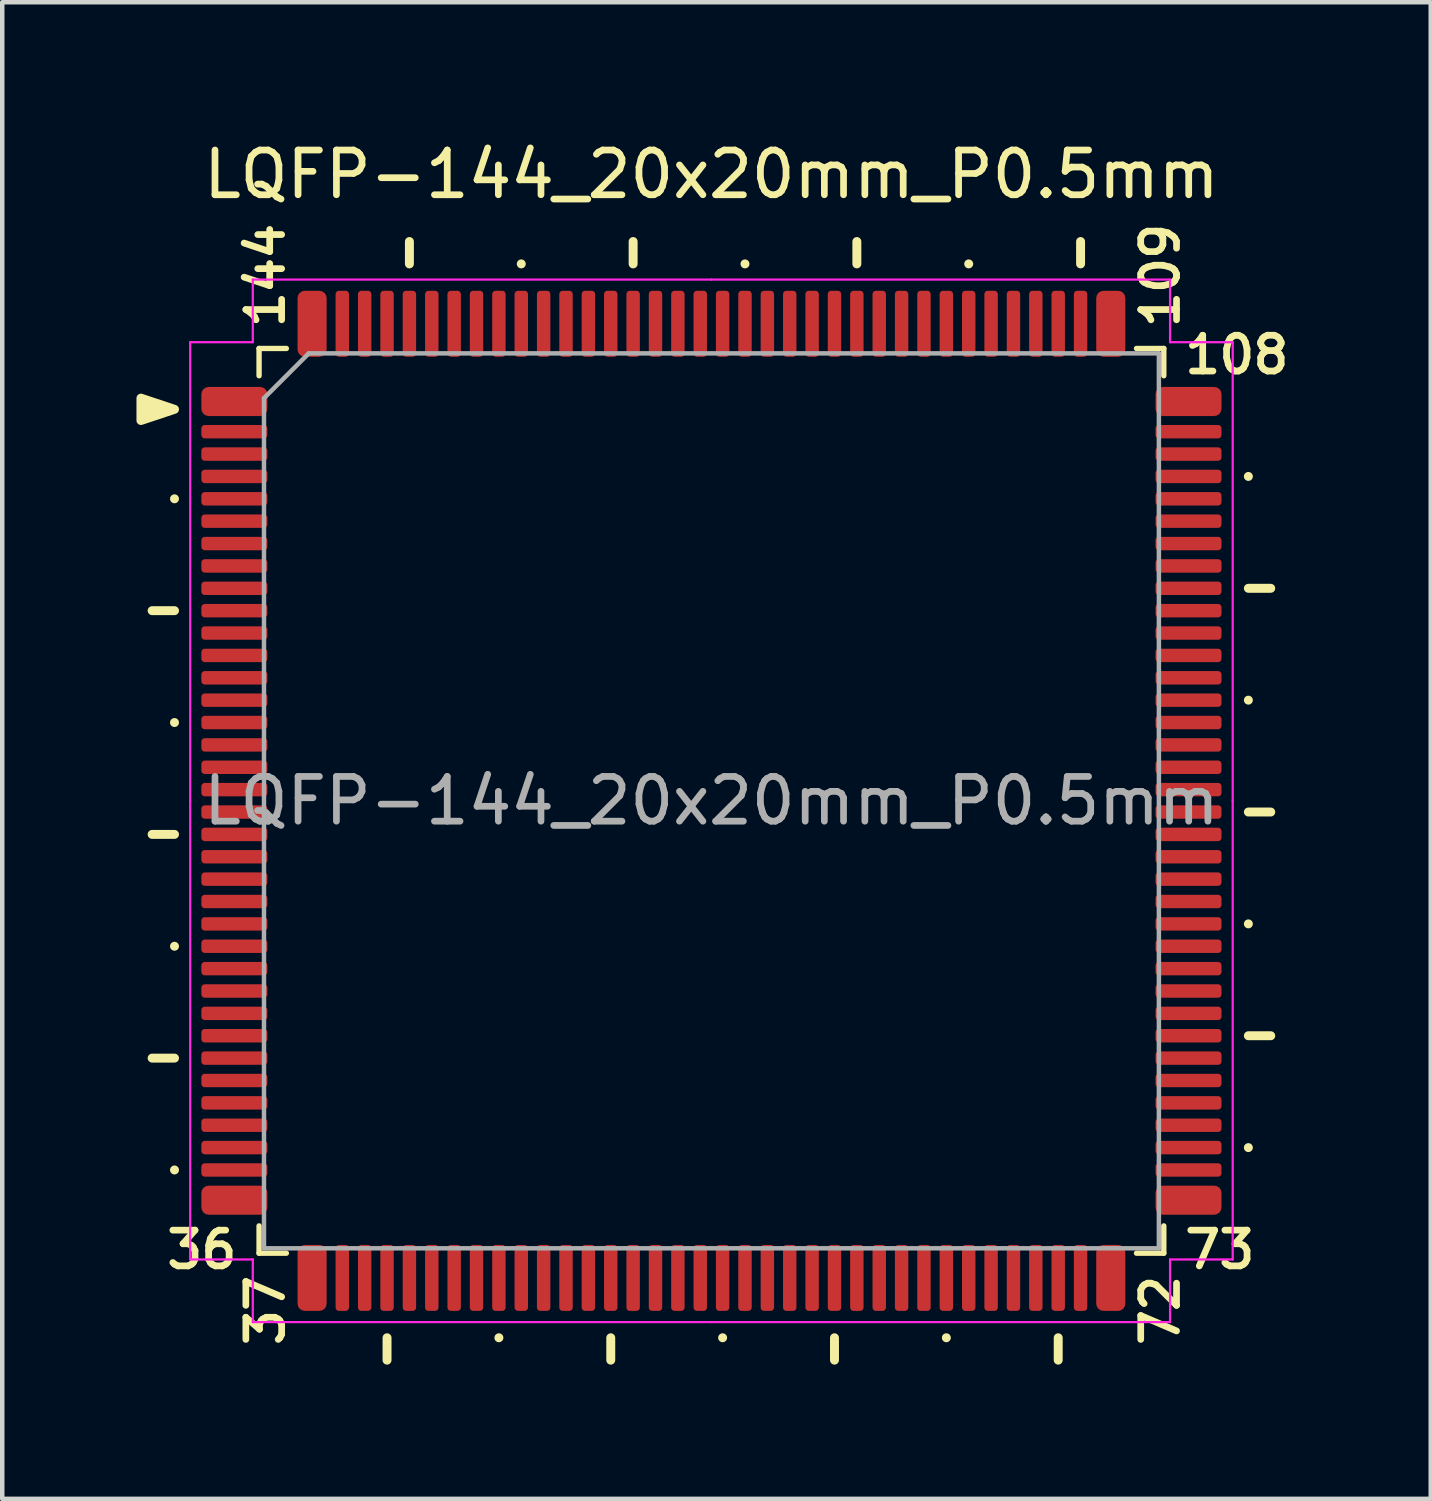
<source format=kicad_pcb>
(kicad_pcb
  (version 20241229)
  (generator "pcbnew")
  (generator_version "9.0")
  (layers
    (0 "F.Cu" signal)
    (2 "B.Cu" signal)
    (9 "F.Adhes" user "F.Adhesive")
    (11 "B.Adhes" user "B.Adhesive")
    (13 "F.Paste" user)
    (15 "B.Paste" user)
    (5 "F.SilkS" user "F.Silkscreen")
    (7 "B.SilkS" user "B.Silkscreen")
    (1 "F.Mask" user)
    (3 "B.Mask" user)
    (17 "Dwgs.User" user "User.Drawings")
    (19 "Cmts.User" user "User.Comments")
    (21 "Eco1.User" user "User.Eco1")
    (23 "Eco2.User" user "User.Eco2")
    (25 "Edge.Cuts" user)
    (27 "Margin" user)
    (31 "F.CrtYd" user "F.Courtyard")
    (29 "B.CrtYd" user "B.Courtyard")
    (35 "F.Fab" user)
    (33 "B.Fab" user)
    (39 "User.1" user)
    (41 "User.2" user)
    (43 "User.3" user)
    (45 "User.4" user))
  (footprint "LQFP-144_20x20mm_P0.5mm"
    (layer "F.Cu")
    (at 12.85 14.848)
    (property "Reference" "LQFP-144_20x20mm_P0.5mm" (at 0 -14 0) (layer "F.SilkS") (effects (font (size 1 1) (thickness 0.15))))
    (attr smd)
    (fp_line (start -12 -6.75) (end -12 -6.75) (stroke (width 0.2) (type default)) (layer "F.SilkS"))
    (fp_line (start -12 -4.25) (end -12.5 -4.25) (stroke (width 0.2) (type default)) (layer "F.SilkS"))
    (fp_line (start -12 -1.75) (end -12 -1.75) (stroke (width 0.2) (type default)) (layer "F.SilkS"))
    (fp_line (start -12 0.75) (end -12.5 0.75) (stroke (width 0.2) (type default)) (layer "F.SilkS"))
    (fp_line (start -12 3.25) (end -12 3.25) (stroke (width 0.2) (type default)) (layer "F.SilkS"))
    (fp_line (start -12 5.75) (end -12.5 5.75) (stroke (width 0.2) (type default)) (layer "F.SilkS"))
    (fp_line (start -12 8.25) (end -12 8.25) (stroke (width 0.2) (type default)) (layer "F.SilkS"))
    (fp_line (start -10.11 -10.11) (end -10.11 -9.5) (stroke (width 0.12) (type solid)) (layer "F.SilkS"))
    (fp_line (start -10.11 10.11) (end -10.11 9.5) (stroke (width 0.12) (type solid)) (layer "F.SilkS"))
    (fp_line (start -9.5 -10.11) (end -10.11 -10.11) (stroke (width 0.12) (type solid)) (layer "F.SilkS"))
    (fp_line (start -9.5 10.11) (end -10.11 10.11) (stroke (width 0.12) (type solid)) (layer "F.SilkS"))
    (fp_line (start -7.25 12) (end -7.25 12.5) (stroke (width 0.2) (type default)) (layer "F.SilkS"))
    (fp_line (start -6.75 -12) (end -6.75 -12.5) (stroke (width 0.2) (type default)) (layer "F.SilkS"))
    (fp_line (start -4.75 12) (end -4.75 12) (stroke (width 0.2) (type default)) (layer "F.SilkS"))
    (fp_line (start -4.25 -12) (end -4.25 -12) (stroke (width 0.2) (type default)) (layer "F.SilkS"))
    (fp_line (start -2.25 12) (end -2.25 12.5) (stroke (width 0.2) (type default)) (layer "F.SilkS"))
    (fp_line (start -1.75 -12) (end -1.75 -12.5) (stroke (width 0.2) (type default)) (layer "F.SilkS"))
    (fp_line (start 0.25 12) (end 0.25 12) (stroke (width 0.2) (type default)) (layer "F.SilkS"))
    (fp_line (start 0.75 -12) (end 0.75 -12) (stroke (width 0.2) (type default)) (layer "F.SilkS"))
    (fp_line (start 2.75 12) (end 2.75 12.5) (stroke (width 0.2) (type default)) (layer "F.SilkS"))
    (fp_line (start 3.25 -12) (end 3.25 -12.5) (stroke (width 0.2) (type default)) (layer "F.SilkS"))
    (fp_line (start 5.25 12) (end 5.25 12) (stroke (width 0.2) (type default)) (layer "F.SilkS"))
    (fp_line (start 5.75 -12) (end 5.75 -12) (stroke (width 0.2) (type default)) (layer "F.SilkS"))
    (fp_line (start 7.75 12) (end 7.75 12.5) (stroke (width 0.2) (type default)) (layer "F.SilkS"))
    (fp_line (start 8.25 -12) (end 8.25 -12.5) (stroke (width 0.2) (type default)) (layer "F.SilkS"))
    (fp_line (start 9.5 -10.11) (end 10.11 -10.11) (stroke (width 0.12) (type solid)) (layer "F.SilkS"))
    (fp_line (start 9.5 10.11) (end 10.11 10.11) (stroke (width 0.12) (type solid)) (layer "F.SilkS"))
    (fp_line (start 10.11 -10.11) (end 10.11 -9.5) (stroke (width 0.12) (type solid)) (layer "F.SilkS"))
    (fp_line (start 10.11 10.11) (end 10.11 9.5) (stroke (width 0.12) (type solid)) (layer "F.SilkS"))
    (fp_line (start 12 -7.25) (end 12 -7.25) (stroke (width 0.2) (type default)) (layer "F.SilkS"))
    (fp_line (start 12 -4.75) (end 12.5 -4.75) (stroke (width 0.2) (type default)) (layer "F.SilkS"))
    (fp_line (start 12 -2.25) (end 12 -2.25) (stroke (width 0.2) (type default)) (layer "F.SilkS"))
    (fp_line (start 12 0.25) (end 12.5 0.25) (stroke (width 0.2) (type default)) (layer "F.SilkS"))
    (fp_line (start 12 2.75) (end 12 2.75) (stroke (width 0.2) (type default)) (layer "F.SilkS"))
    (fp_line (start 12 5.25) (end 12.5 5.25) (stroke (width 0.2) (type default)) (layer "F.SilkS"))
    (fp_line (start 12 7.75) (end 12 7.75) (stroke (width 0.2) (type default)) (layer "F.SilkS"))
    (fp_poly (pts (xy -12 -8.75) (xy -12.75 -9) (xy -12.75 -8.5)) (stroke (width 0.2) (type solid)) (fill yes) (layer "F.SilkS"))
    (fp_line (start -11.65 -10.25) (end -11.65 0) (stroke (width 0.05) (type solid)) (layer "F.CrtYd"))
    (fp_line (start -11.65 10.25) (end -11.65 0) (stroke (width 0.05) (type solid)) (layer "F.CrtYd"))
    (fp_line (start -10.25 -11.65) (end -10.25 -10.25) (stroke (width 0.05) (type solid)) (layer "F.CrtYd"))
    (fp_line (start -10.25 -10.25) (end -11.65 -10.25) (stroke (width 0.05) (type solid)) (layer "F.CrtYd"))
    (fp_line (start -10.25 10.25) (end -11.65 10.25) (stroke (width 0.05) (type solid)) (layer "F.CrtYd"))
    (fp_line (start -10.25 10.25) (end -10.25 10.25) (stroke (width 0.05) (type solid)) (layer "F.CrtYd"))
    (fp_line (start -10.25 11.65) (end -10.25 10.25) (stroke (width 0.05) (type solid)) (layer "F.CrtYd"))
    (fp_line (start 0 -11.65) (end -10.25 -11.65) (stroke (width 0.05) (type solid)) (layer "F.CrtYd"))
    (fp_line (start 0 -11.65) (end 10.25 -11.65) (stroke (width 0.05) (type solid)) (layer "F.CrtYd"))
    (fp_line (start 0 11.65) (end -10.25 11.65) (stroke (width 0.05) (type solid)) (layer "F.CrtYd"))
    (fp_line (start 0 11.65) (end 10.25 11.65) (stroke (width 0.05) (type solid)) (layer "F.CrtYd"))
    (fp_line (start 10.25 -11.65) (end 10.25 -10.25) (stroke (width 0.05) (type solid)) (layer "F.CrtYd"))
    (fp_line (start 10.25 -10.25) (end 11.65 -10.25) (stroke (width 0.05) (type solid)) (layer "F.CrtYd"))
    (fp_line (start 10.25 10.25) (end 11.65 10.25) (stroke (width 0.05) (type solid)) (layer "F.CrtYd"))
    (fp_line (start 10.25 11.65) (end 10.25 10.25) (stroke (width 0.05) (type solid)) (layer "F.CrtYd"))
    (fp_line (start 11.65 -10.25) (end 11.65 0) (stroke (width 0.05) (type solid)) (layer "F.CrtYd"))
    (fp_line (start 11.65 10.25) (end 11.65 0) (stroke (width 0.05) (type solid)) (layer "F.CrtYd"))
    (fp_line (start -10 -9) (end -9 -10) (stroke (width 0.1) (type solid)) (layer "F.Fab"))
    (fp_line (start -10 10) (end -10 -9) (stroke (width 0.1) (type solid)) (layer "F.Fab"))
    (fp_line (start -9 -10) (end 10 -10) (stroke (width 0.1) (type solid)) (layer "F.Fab"))
    (fp_line (start 10 -10) (end 10 10) (stroke (width 0.1) (type solid)) (layer "F.Fab"))
    (fp_line (start 10 10) (end -10 10) (stroke (width 0.1) (type solid)) (layer "F.Fab"))
    (fp_text user "109" (at 10.5 -10.5 90) (unlocked yes) (layer "F.SilkS") (effects (font (size 0.8 0.8) (thickness 0.15) (bold yes)) (justify left bottom)))
    (fp_text user "72" (at 10.5 12.25 90) (unlocked yes) (layer "F.SilkS") (effects (font (size 0.8 0.8) (thickness 0.15) (bold yes)) (justify left bottom)))
    (fp_text user "36" (at -12.25 10.5 0) (unlocked yes) (layer "F.SilkS") (effects (font (size 0.8 0.8) (thickness 0.15) (bold yes)) (justify left bottom)))
    (fp_text user "108" (at 10.5 -9.5 0) (unlocked yes) (layer "F.SilkS") (effects (font (size 0.8 0.8) (thickness 0.15) (bold yes)) (justify left bottom)))
    (fp_text user "144" (at -9.5 -10.5 90) (unlocked yes) (layer "F.SilkS") (effects (font (size 0.8 0.8) (thickness 0.15) (bold yes)) (justify left bottom)))
    (fp_text user "37" (at -9.5 12.25 90) (unlocked yes) (layer "F.SilkS") (effects (font (size 0.8 0.8) (thickness 0.15) (bold yes)) (justify left bottom)))
    (fp_text user "73" (at 10.5 10.5 0) (unlocked yes) (layer "F.SilkS") (effects (font (size 0.8 0.8) (thickness 0.15) (bold yes)) (justify left bottom)))
    (fp_text user "${REFERENCE}" (at 0 0 0) (layer "F.Fab") (effects (font (size 1 1) (thickness 0.15))))
    (pad "1" smd roundrect (at -10.662 -8.925) (size 1.475 0.65) (layers "F.Cu" "F.Mask" "F.Paste") (roundrect_rratio 0.25))
    (pad "2" smd roundrect (at -10.662 -8.25) (size 1.475 0.3) (layers "F.Cu" "F.Mask" "F.Paste") (roundrect_rratio 0.25))
    (pad "3" smd roundrect (at -10.662 -7.75) (size 1.475 0.3) (layers "F.Cu" "F.Mask" "F.Paste") (roundrect_rratio 0.25))
    (pad "4" smd roundrect (at -10.662 -7.25) (size 1.475 0.3) (layers "F.Cu" "F.Mask" "F.Paste") (roundrect_rratio 0.25))
    (pad "5" smd roundrect (at -10.662 -6.75) (size 1.475 0.3) (layers "F.Cu" "F.Mask" "F.Paste") (roundrect_rratio 0.25))
    (pad "6" smd roundrect (at -10.662 -6.25) (size 1.475 0.3) (layers "F.Cu" "F.Mask" "F.Paste") (roundrect_rratio 0.25))
    (pad "7" smd roundrect (at -10.662 -5.75) (size 1.475 0.3) (layers "F.Cu" "F.Mask" "F.Paste") (roundrect_rratio 0.25))
    (pad "8" smd roundrect (at -10.662 -5.25) (size 1.475 0.3) (layers "F.Cu" "F.Mask" "F.Paste") (roundrect_rratio 0.25))
    (pad "9" smd roundrect (at -10.662 -4.75) (size 1.475 0.3) (layers "F.Cu" "F.Mask" "F.Paste") (roundrect_rratio 0.25))
    (pad "10" smd roundrect (at -10.662 -4.25) (size 1.475 0.3) (layers "F.Cu" "F.Mask" "F.Paste") (roundrect_rratio 0.25))
    (pad "11" smd roundrect (at -10.662 -3.75) (size 1.475 0.3) (layers "F.Cu" "F.Mask" "F.Paste") (roundrect_rratio 0.25))
    (pad "12" smd roundrect (at -10.662 -3.25) (size 1.475 0.3) (layers "F.Cu" "F.Mask" "F.Paste") (roundrect_rratio 0.25))
    (pad "13" smd roundrect (at -10.662 -2.75) (size 1.475 0.3) (layers "F.Cu" "F.Mask" "F.Paste") (roundrect_rratio 0.25))
    (pad "14" smd roundrect (at -10.662 -2.25) (size 1.475 0.3) (layers "F.Cu" "F.Mask" "F.Paste") (roundrect_rratio 0.25))
    (pad "15" smd roundrect (at -10.662 -1.75) (size 1.475 0.3) (layers "F.Cu" "F.Mask" "F.Paste") (roundrect_rratio 0.25))
    (pad "16" smd roundrect (at -10.662 -1.25) (size 1.475 0.3) (layers "F.Cu" "F.Mask" "F.Paste") (roundrect_rratio 0.25))
    (pad "17" smd roundrect (at -10.662 -0.75) (size 1.475 0.3) (layers "F.Cu" "F.Mask" "F.Paste") (roundrect_rratio 0.25))
    (pad "18" smd roundrect (at -10.662 -0.25) (size 1.475 0.3) (layers "F.Cu" "F.Mask" "F.Paste") (roundrect_rratio 0.25))
    (pad "19" smd roundrect (at -10.662 0.25) (size 1.475 0.3) (layers "F.Cu" "F.Mask" "F.Paste") (roundrect_rratio 0.25))
    (pad "20" smd roundrect (at -10.662 0.75) (size 1.475 0.3) (layers "F.Cu" "F.Mask" "F.Paste") (roundrect_rratio 0.25))
    (pad "21" smd roundrect (at -10.662 1.25) (size 1.475 0.3) (layers "F.Cu" "F.Mask" "F.Paste") (roundrect_rratio 0.25))
    (pad "22" smd roundrect (at -10.662 1.75) (size 1.475 0.3) (layers "F.Cu" "F.Mask" "F.Paste") (roundrect_rratio 0.25))
    (pad "23" smd roundrect (at -10.662 2.25) (size 1.475 0.3) (layers "F.Cu" "F.Mask" "F.Paste") (roundrect_rratio 0.25))
    (pad "24" smd roundrect (at -10.662 2.75) (size 1.475 0.3) (layers "F.Cu" "F.Mask" "F.Paste") (roundrect_rratio 0.25))
    (pad "25" smd roundrect (at -10.662 3.25) (size 1.475 0.3) (layers "F.Cu" "F.Mask" "F.Paste") (roundrect_rratio 0.25))
    (pad "26" smd roundrect (at -10.662 3.75) (size 1.475 0.3) (layers "F.Cu" "F.Mask" "F.Paste") (roundrect_rratio 0.25))
    (pad "27" smd roundrect (at -10.662 4.25) (size 1.475 0.3) (layers "F.Cu" "F.Mask" "F.Paste") (roundrect_rratio 0.25))
    (pad "28" smd roundrect (at -10.662 4.75) (size 1.475 0.3) (layers "F.Cu" "F.Mask" "F.Paste") (roundrect_rratio 0.25))
    (pad "29" smd roundrect (at -10.662 5.25) (size 1.475 0.3) (layers "F.Cu" "F.Mask" "F.Paste") (roundrect_rratio 0.25))
    (pad "30" smd roundrect (at -10.662 5.75) (size 1.475 0.3) (layers "F.Cu" "F.Mask" "F.Paste") (roundrect_rratio 0.25))
    (pad "31" smd roundrect (at -10.662 6.25) (size 1.475 0.3) (layers "F.Cu" "F.Mask" "F.Paste") (roundrect_rratio 0.25))
    (pad "32" smd roundrect (at -10.662 6.75) (size 1.475 0.3) (layers "F.Cu" "F.Mask" "F.Paste") (roundrect_rratio 0.25))
    (pad "33" smd roundrect (at -10.662 7.25) (size 1.475 0.3) (layers "F.Cu" "F.Mask" "F.Paste") (roundrect_rratio 0.25))
    (pad "34" smd roundrect (at -10.662 7.75) (size 1.475 0.3) (layers "F.Cu" "F.Mask" "F.Paste") (roundrect_rratio 0.25))
    (pad "35" smd roundrect (at -10.662 8.25) (size 1.475 0.3) (layers "F.Cu" "F.Mask" "F.Paste") (roundrect_rratio 0.25))
    (pad "36" smd roundrect (at -10.662 8.925) (size 1.475 0.65) (layers "F.Cu" "F.Mask" "F.Paste") (roundrect_rratio 0.25))
    (pad "37" smd roundrect (at -8.925 10.662) (size 0.65 1.475) (layers "F.Cu" "F.Mask" "F.Paste") (roundrect_rratio 0.25))
    (pad "38" smd roundrect (at -8.25 10.662) (size 0.3 1.475) (layers "F.Cu" "F.Mask" "F.Paste") (roundrect_rratio 0.25))
    (pad "39" smd roundrect (at -7.75 10.662) (size 0.3 1.475) (layers "F.Cu" "F.Mask" "F.Paste") (roundrect_rratio 0.25))
    (pad "40" smd roundrect (at -7.25 10.662) (size 0.3 1.475) (layers "F.Cu" "F.Mask" "F.Paste") (roundrect_rratio 0.25))
    (pad "41" smd roundrect (at -6.75 10.662) (size 0.3 1.475) (layers "F.Cu" "F.Mask" "F.Paste") (roundrect_rratio 0.25))
    (pad "42" smd roundrect (at -6.25 10.662) (size 0.3 1.475) (layers "F.Cu" "F.Mask" "F.Paste") (roundrect_rratio 0.25))
    (pad "43" smd roundrect (at -5.75 10.662) (size 0.3 1.475) (layers "F.Cu" "F.Mask" "F.Paste") (roundrect_rratio 0.25))
    (pad "44" smd roundrect (at -5.25 10.662) (size 0.3 1.475) (layers "F.Cu" "F.Mask" "F.Paste") (roundrect_rratio 0.25))
    (pad "45" smd roundrect (at -4.75 10.662) (size 0.3 1.475) (layers "F.Cu" "F.Mask" "F.Paste") (roundrect_rratio 0.25))
    (pad "46" smd roundrect (at -4.25 10.662) (size 0.3 1.475) (layers "F.Cu" "F.Mask" "F.Paste") (roundrect_rratio 0.25))
    (pad "47" smd roundrect (at -3.75 10.662) (size 0.3 1.475) (layers "F.Cu" "F.Mask" "F.Paste") (roundrect_rratio 0.25))
    (pad "48" smd roundrect (at -3.25 10.662) (size 0.3 1.475) (layers "F.Cu" "F.Mask" "F.Paste") (roundrect_rratio 0.25))
    (pad "49" smd roundrect (at -2.75 10.662) (size 0.3 1.475) (layers "F.Cu" "F.Mask" "F.Paste") (roundrect_rratio 0.25))
    (pad "50" smd roundrect (at -2.25 10.662) (size 0.3 1.475) (layers "F.Cu" "F.Mask" "F.Paste") (roundrect_rratio 0.25))
    (pad "51" smd roundrect (at -1.75 10.662) (size 0.3 1.475) (layers "F.Cu" "F.Mask" "F.Paste") (roundrect_rratio 0.25))
    (pad "52" smd roundrect (at -1.25 10.662) (size 0.3 1.475) (layers "F.Cu" "F.Mask" "F.Paste") (roundrect_rratio 0.25))
    (pad "53" smd roundrect (at -0.75 10.662) (size 0.3 1.475) (layers "F.Cu" "F.Mask" "F.Paste") (roundrect_rratio 0.25))
    (pad "54" smd roundrect (at -0.25 10.662) (size 0.3 1.475) (layers "F.Cu" "F.Mask" "F.Paste") (roundrect_rratio 0.25))
    (pad "55" smd roundrect (at 0.25 10.662) (size 0.3 1.475) (layers "F.Cu" "F.Mask" "F.Paste") (roundrect_rratio 0.25))
    (pad "56" smd roundrect (at 0.75 10.662) (size 0.3 1.475) (layers "F.Cu" "F.Mask" "F.Paste") (roundrect_rratio 0.25))
    (pad "57" smd roundrect (at 1.25 10.662) (size 0.3 1.475) (layers "F.Cu" "F.Mask" "F.Paste") (roundrect_rratio 0.25))
    (pad "58" smd roundrect (at 1.75 10.662) (size 0.3 1.475) (layers "F.Cu" "F.Mask" "F.Paste") (roundrect_rratio 0.25))
    (pad "59" smd roundrect (at 2.25 10.662) (size 0.3 1.475) (layers "F.Cu" "F.Mask" "F.Paste") (roundrect_rratio 0.25))
    (pad "60" smd roundrect (at 2.75 10.662) (size 0.3 1.475) (layers "F.Cu" "F.Mask" "F.Paste") (roundrect_rratio 0.25))
    (pad "61" smd roundrect (at 3.25 10.662) (size 0.3 1.475) (layers "F.Cu" "F.Mask" "F.Paste") (roundrect_rratio 0.25))
    (pad "62" smd roundrect (at 3.75 10.662) (size 0.3 1.475) (layers "F.Cu" "F.Mask" "F.Paste") (roundrect_rratio 0.25))
    (pad "63" smd roundrect (at 4.25 10.662) (size 0.3 1.475) (layers "F.Cu" "F.Mask" "F.Paste") (roundrect_rratio 0.25))
    (pad "64" smd roundrect (at 4.75 10.662) (size 0.3 1.475) (layers "F.Cu" "F.Mask" "F.Paste") (roundrect_rratio 0.25))
    (pad "65" smd roundrect (at 5.25 10.662) (size 0.3 1.475) (layers "F.Cu" "F.Mask" "F.Paste") (roundrect_rratio 0.25))
    (pad "66" smd roundrect (at 5.75 10.662) (size 0.3 1.475) (layers "F.Cu" "F.Mask" "F.Paste") (roundrect_rratio 0.25))
    (pad "67" smd roundrect (at 6.25 10.662) (size 0.3 1.475) (layers "F.Cu" "F.Mask" "F.Paste") (roundrect_rratio 0.25))
    (pad "68" smd roundrect (at 6.75 10.662) (size 0.3 1.475) (layers "F.Cu" "F.Mask" "F.Paste") (roundrect_rratio 0.25))
    (pad "69" smd roundrect (at 7.25 10.662) (size 0.3 1.475) (layers "F.Cu" "F.Mask" "F.Paste") (roundrect_rratio 0.25))
    (pad "70" smd roundrect (at 7.75 10.662) (size 0.3 1.475) (layers "F.Cu" "F.Mask" "F.Paste") (roundrect_rratio 0.25))
    (pad "71" smd roundrect (at 8.25 10.662) (size 0.3 1.475) (layers "F.Cu" "F.Mask" "F.Paste") (roundrect_rratio 0.25))
    (pad "72" smd roundrect (at 8.925 10.662) (size 0.65 1.475) (layers "F.Cu" "F.Mask" "F.Paste") (roundrect_rratio 0.25))
    (pad "73" smd roundrect (at 10.662 8.925) (size 1.475 0.65) (layers "F.Cu" "F.Mask" "F.Paste") (roundrect_rratio 0.25))
    (pad "74" smd roundrect (at 10.662 8.25) (size 1.475 0.3) (layers "F.Cu" "F.Mask" "F.Paste") (roundrect_rratio 0.25))
    (pad "75" smd roundrect (at 10.662 7.75) (size 1.475 0.3) (layers "F.Cu" "F.Mask" "F.Paste") (roundrect_rratio 0.25))
    (pad "76" smd roundrect (at 10.662 7.25) (size 1.475 0.3) (layers "F.Cu" "F.Mask" "F.Paste") (roundrect_rratio 0.25))
    (pad "77" smd roundrect (at 10.662 6.75) (size 1.475 0.3) (layers "F.Cu" "F.Mask" "F.Paste") (roundrect_rratio 0.25))
    (pad "78" smd roundrect (at 10.662 6.25) (size 1.475 0.3) (layers "F.Cu" "F.Mask" "F.Paste") (roundrect_rratio 0.25))
    (pad "79" smd roundrect (at 10.662 5.75) (size 1.475 0.3) (layers "F.Cu" "F.Mask" "F.Paste") (roundrect_rratio 0.25))
    (pad "80" smd roundrect (at 10.662 5.25) (size 1.475 0.3) (layers "F.Cu" "F.Mask" "F.Paste") (roundrect_rratio 0.25))
    (pad "81" smd roundrect (at 10.662 4.75) (size 1.475 0.3) (layers "F.Cu" "F.Mask" "F.Paste") (roundrect_rratio 0.25))
    (pad "82" smd roundrect (at 10.662 4.25) (size 1.475 0.3) (layers "F.Cu" "F.Mask" "F.Paste") (roundrect_rratio 0.25))
    (pad "83" smd roundrect (at 10.662 3.75) (size 1.475 0.3) (layers "F.Cu" "F.Mask" "F.Paste") (roundrect_rratio 0.25))
    (pad "84" smd roundrect (at 10.662 3.25) (size 1.475 0.3) (layers "F.Cu" "F.Mask" "F.Paste") (roundrect_rratio 0.25))
    (pad "85" smd roundrect (at 10.662 2.75) (size 1.475 0.3) (layers "F.Cu" "F.Mask" "F.Paste") (roundrect_rratio 0.25))
    (pad "86" smd roundrect (at 10.662 2.25) (size 1.475 0.3) (layers "F.Cu" "F.Mask" "F.Paste") (roundrect_rratio 0.25))
    (pad "87" smd roundrect (at 10.662 1.75) (size 1.475 0.3) (layers "F.Cu" "F.Mask" "F.Paste") (roundrect_rratio 0.25))
    (pad "88" smd roundrect (at 10.662 1.25) (size 1.475 0.3) (layers "F.Cu" "F.Mask" "F.Paste") (roundrect_rratio 0.25))
    (pad "89" smd roundrect (at 10.662 0.75) (size 1.475 0.3) (layers "F.Cu" "F.Mask" "F.Paste") (roundrect_rratio 0.25))
    (pad "90" smd roundrect (at 10.662 0.25) (size 1.475 0.3) (layers "F.Cu" "F.Mask" "F.Paste") (roundrect_rratio 0.25))
    (pad "91" smd roundrect (at 10.662 -0.25) (size 1.475 0.3) (layers "F.Cu" "F.Mask" "F.Paste") (roundrect_rratio 0.25))
    (pad "92" smd roundrect (at 10.662 -0.75) (size 1.475 0.3) (layers "F.Cu" "F.Mask" "F.Paste") (roundrect_rratio 0.25))
    (pad "93" smd roundrect (at 10.662 -1.25) (size 1.475 0.3) (layers "F.Cu" "F.Mask" "F.Paste") (roundrect_rratio 0.25))
    (pad "94" smd roundrect (at 10.662 -1.75) (size 1.475 0.3) (layers "F.Cu" "F.Mask" "F.Paste") (roundrect_rratio 0.25))
    (pad "95" smd roundrect (at 10.662 -2.25) (size 1.475 0.3) (layers "F.Cu" "F.Mask" "F.Paste") (roundrect_rratio 0.25))
    (pad "96" smd roundrect (at 10.662 -2.75) (size 1.475 0.3) (layers "F.Cu" "F.Mask" "F.Paste") (roundrect_rratio 0.25))
    (pad "97" smd roundrect (at 10.662 -3.25) (size 1.475 0.3) (layers "F.Cu" "F.Mask" "F.Paste") (roundrect_rratio 0.25))
    (pad "98" smd roundrect (at 10.662 -3.75) (size 1.475 0.3) (layers "F.Cu" "F.Mask" "F.Paste") (roundrect_rratio 0.25))
    (pad "99" smd roundrect (at 10.662 -4.25) (size 1.475 0.3) (layers "F.Cu" "F.Mask" "F.Paste") (roundrect_rratio 0.25))
    (pad "100" smd roundrect (at 10.662 -4.75) (size 1.475 0.3) (layers "F.Cu" "F.Mask" "F.Paste") (roundrect_rratio 0.25))
    (pad "101" smd roundrect (at 10.662 -5.25) (size 1.475 0.3) (layers "F.Cu" "F.Mask" "F.Paste") (roundrect_rratio 0.25))
    (pad "102" smd roundrect (at 10.662 -5.75) (size 1.475 0.3) (layers "F.Cu" "F.Mask" "F.Paste") (roundrect_rratio 0.25))
    (pad "103" smd roundrect (at 10.662 -6.25) (size 1.475 0.3) (layers "F.Cu" "F.Mask" "F.Paste") (roundrect_rratio 0.25))
    (pad "104" smd roundrect (at 10.662 -6.75) (size 1.475 0.3) (layers "F.Cu" "F.Mask" "F.Paste") (roundrect_rratio 0.25))
    (pad "105" smd roundrect (at 10.662 -7.25) (size 1.475 0.3) (layers "F.Cu" "F.Mask" "F.Paste") (roundrect_rratio 0.25))
    (pad "106" smd roundrect (at 10.662 -7.75) (size 1.475 0.3) (layers "F.Cu" "F.Mask" "F.Paste") (roundrect_rratio 0.25))
    (pad "107" smd roundrect (at 10.662 -8.25) (size 1.475 0.3) (layers "F.Cu" "F.Mask" "F.Paste") (roundrect_rratio 0.25))
    (pad "108" smd roundrect (at 10.662 -8.925) (size 1.475 0.65) (layers "F.Cu" "F.Mask" "F.Paste") (roundrect_rratio 0.25))
    (pad "109" smd roundrect (at 8.925 -10.662) (size 0.65 1.475) (layers "F.Cu" "F.Mask" "F.Paste") (roundrect_rratio 0.25))
    (pad "110" smd roundrect (at 8.25 -10.662) (size 0.3 1.475) (layers "F.Cu" "F.Mask" "F.Paste") (roundrect_rratio 0.25))
    (pad "111" smd roundrect (at 7.75 -10.662) (size 0.3 1.475) (layers "F.Cu" "F.Mask" "F.Paste") (roundrect_rratio 0.25))
    (pad "112" smd roundrect (at 7.25 -10.662) (size 0.3 1.475) (layers "F.Cu" "F.Mask" "F.Paste") (roundrect_rratio 0.25))
    (pad "113" smd roundrect (at 6.75 -10.662) (size 0.3 1.475) (layers "F.Cu" "F.Mask" "F.Paste") (roundrect_rratio 0.25))
    (pad "114" smd roundrect (at 6.25 -10.662) (size 0.3 1.475) (layers "F.Cu" "F.Mask" "F.Paste") (roundrect_rratio 0.25))
    (pad "115" smd roundrect (at 5.75 -10.662) (size 0.3 1.475) (layers "F.Cu" "F.Mask" "F.Paste") (roundrect_rratio 0.25))
    (pad "116" smd roundrect (at 5.25 -10.662) (size 0.3 1.475) (layers "F.Cu" "F.Mask" "F.Paste") (roundrect_rratio 0.25))
    (pad "117" smd roundrect (at 4.75 -10.662) (size 0.3 1.475) (layers "F.Cu" "F.Mask" "F.Paste") (roundrect_rratio 0.25))
    (pad "118" smd roundrect (at 4.25 -10.662) (size 0.3 1.475) (layers "F.Cu" "F.Mask" "F.Paste") (roundrect_rratio 0.25))
    (pad "119" smd roundrect (at 3.75 -10.662) (size 0.3 1.475) (layers "F.Cu" "F.Mask" "F.Paste") (roundrect_rratio 0.25))
    (pad "120" smd roundrect (at 3.25 -10.662) (size 0.3 1.475) (layers "F.Cu" "F.Mask" "F.Paste") (roundrect_rratio 0.25))
    (pad "121" smd roundrect (at 2.75 -10.662) (size 0.3 1.475) (layers "F.Cu" "F.Mask" "F.Paste") (roundrect_rratio 0.25))
    (pad "122" smd roundrect (at 2.25 -10.662) (size 0.3 1.475) (layers "F.Cu" "F.Mask" "F.Paste") (roundrect_rratio 0.25))
    (pad "123" smd roundrect (at 1.75 -10.662) (size 0.3 1.475) (layers "F.Cu" "F.Mask" "F.Paste") (roundrect_rratio 0.25))
    (pad "124" smd roundrect (at 1.25 -10.662) (size 0.3 1.475) (layers "F.Cu" "F.Mask" "F.Paste") (roundrect_rratio 0.25))
    (pad "125" smd roundrect (at 0.75 -10.662) (size 0.3 1.475) (layers "F.Cu" "F.Mask" "F.Paste") (roundrect_rratio 0.25))
    (pad "126" smd roundrect (at 0.25 -10.662) (size 0.3 1.475) (layers "F.Cu" "F.Mask" "F.Paste") (roundrect_rratio 0.25))
    (pad "127" smd roundrect (at -0.25 -10.662) (size 0.3 1.475) (layers "F.Cu" "F.Mask" "F.Paste") (roundrect_rratio 0.25))
    (pad "128" smd roundrect (at -0.75 -10.662) (size 0.3 1.475) (layers "F.Cu" "F.Mask" "F.Paste") (roundrect_rratio 0.25))
    (pad "129" smd roundrect (at -1.25 -10.662) (size 0.3 1.475) (layers "F.Cu" "F.Mask" "F.Paste") (roundrect_rratio 0.25))
    (pad "130" smd roundrect (at -1.75 -10.662) (size 0.3 1.475) (layers "F.Cu" "F.Mask" "F.Paste") (roundrect_rratio 0.25))
    (pad "131" smd roundrect (at -2.25 -10.662) (size 0.3 1.475) (layers "F.Cu" "F.Mask" "F.Paste") (roundrect_rratio 0.25))
    (pad "132" smd roundrect (at -2.75 -10.662) (size 0.3 1.475) (layers "F.Cu" "F.Mask" "F.Paste") (roundrect_rratio 0.25))
    (pad "133" smd roundrect (at -3.25 -10.662) (size 0.3 1.475) (layers "F.Cu" "F.Mask" "F.Paste") (roundrect_rratio 0.25))
    (pad "134" smd roundrect (at -3.75 -10.662) (size 0.3 1.475) (layers "F.Cu" "F.Mask" "F.Paste") (roundrect_rratio 0.25))
    (pad "135" smd roundrect (at -4.25 -10.662) (size 0.3 1.475) (layers "F.Cu" "F.Mask" "F.Paste") (roundrect_rratio 0.25))
    (pad "136" smd roundrect (at -4.75 -10.662) (size 0.3 1.475) (layers "F.Cu" "F.Mask" "F.Paste") (roundrect_rratio 0.25))
    (pad "137" smd roundrect (at -5.25 -10.662) (size 0.3 1.475) (layers "F.Cu" "F.Mask" "F.Paste") (roundrect_rratio 0.25))
    (pad "138" smd roundrect (at -5.75 -10.662) (size 0.3 1.475) (layers "F.Cu" "F.Mask" "F.Paste") (roundrect_rratio 0.25))
    (pad "139" smd roundrect (at -6.25 -10.662) (size 0.3 1.475) (layers "F.Cu" "F.Mask" "F.Paste") (roundrect_rratio 0.25))
    (pad "140" smd roundrect (at -6.75 -10.662) (size 0.3 1.475) (layers "F.Cu" "F.Mask" "F.Paste") (roundrect_rratio 0.25))
    (pad "141" smd roundrect (at -7.25 -10.662) (size 0.3 1.475) (layers "F.Cu" "F.Mask" "F.Paste") (roundrect_rratio 0.25))
    (pad "142" smd roundrect (at -7.75 -10.662) (size 0.3 1.475) (layers "F.Cu" "F.Mask" "F.Paste") (roundrect_rratio 0.25))
    (pad "143" smd roundrect (at -8.25 -10.662) (size 0.3 1.475) (layers "F.Cu" "F.Mask" "F.Paste") (roundrect_rratio 0.25))
    (pad "144" smd roundrect (at -8.925 -10.662) (size 0.65 1.475) (layers "F.Cu" "F.Mask" "F.Paste") (roundrect_rratio 0.25)))
  (gr_rect
    (start -3 -3)
    (end 28.926 30.448)
    (stroke (width 0.1) (type default))
    (fill no)
    (layer "Edge.Cuts")))
</source>
